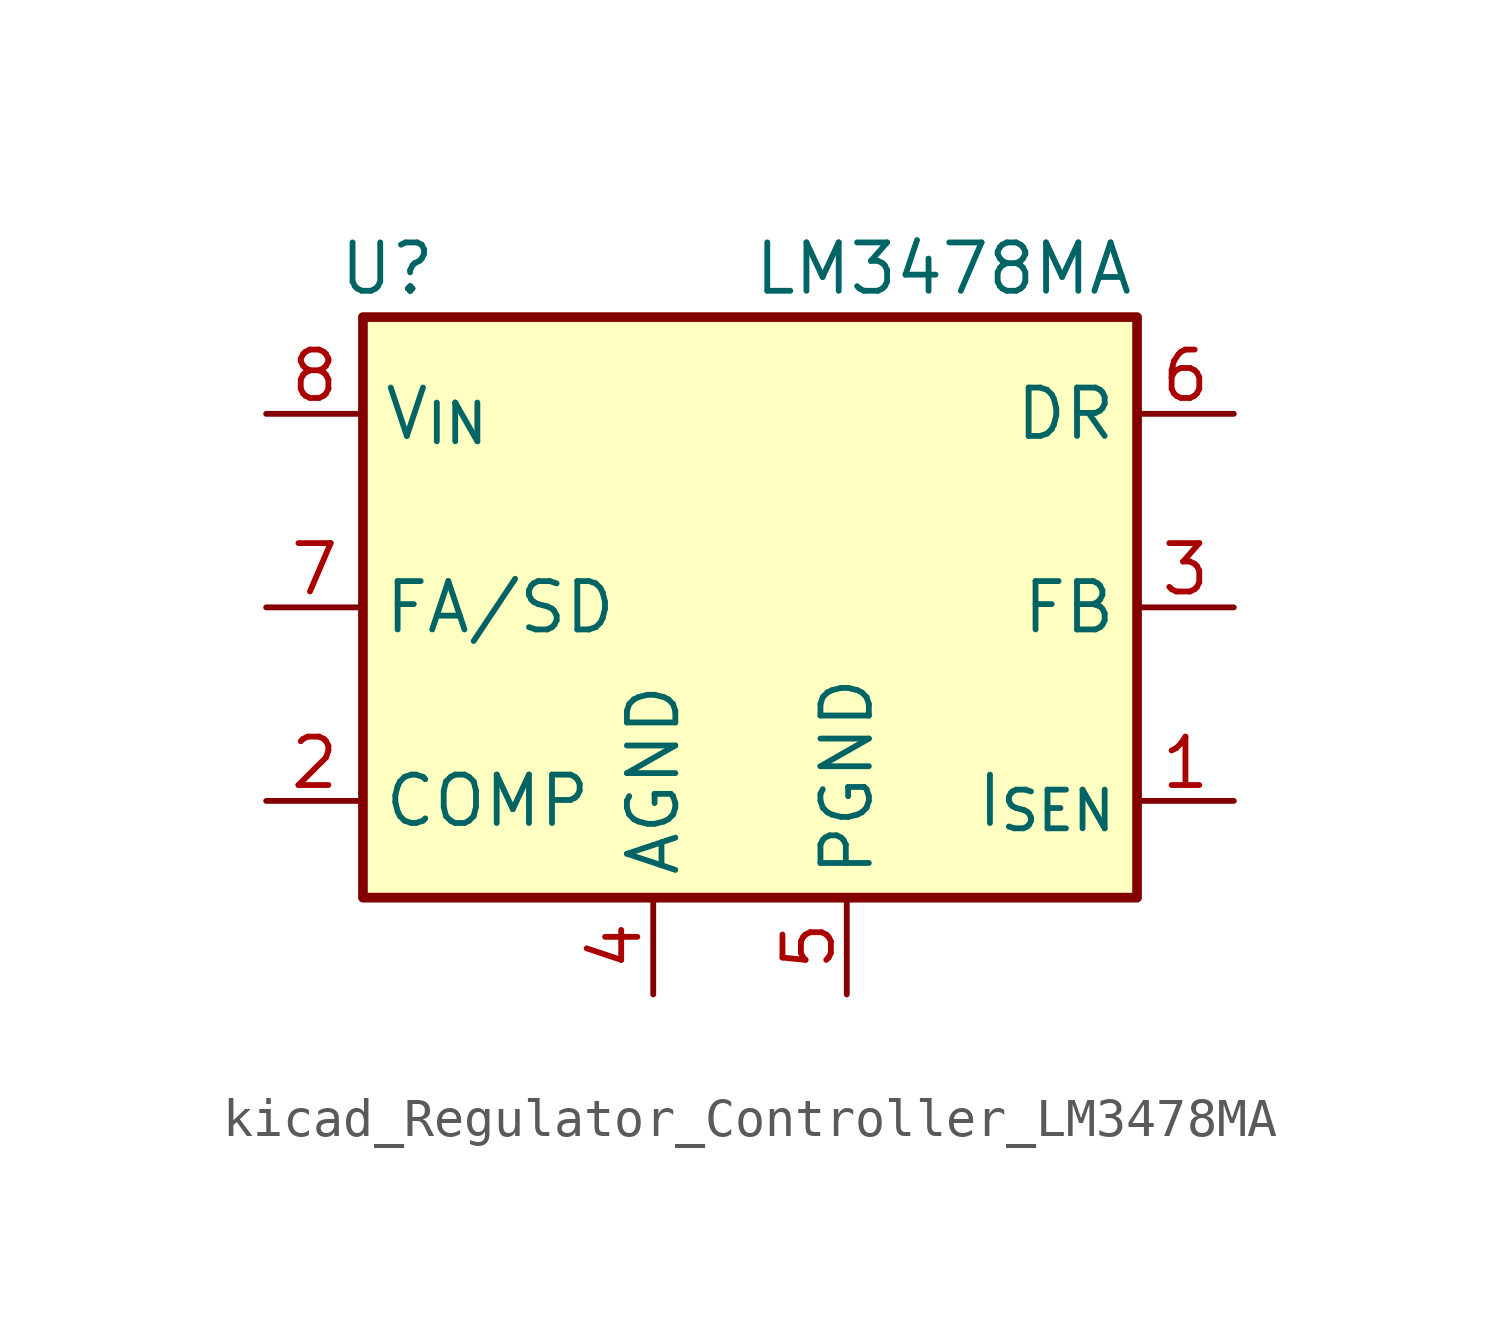
<source format=kicad_sym>
(kicad_symbol_lib
  (version 20220914)
  (generator kicad_symbol_editor)
  (symbol "kicad_Regulator_Controller_LM3478MA"
    (property "Reference" "U"
      (at -9.525 8.89 0)
      (effects (font (size 1.27 1.27))))
    (property "Value" "LM3478MA"
      (at 5.08 8.89 0)
      (effects (font (size 1.27 1.27))))
    (symbol "kicad_Regulator_Controller_LM3478MA_0_1"
      (rectangle (start -10.16 7.62) (end 10.16 -7.62) (stroke (width 0.254) (type default)) (fill (type background))))
    (symbol "kicad_Regulator_Controller_LM3478MA_1_1"
      (pin input line (at 12.7 -5.08 180) (length 2.54) (name "I_{SEN}" (effects (font (size 1.27 1.27)))) (number "1" (effects (font (size 1.27 1.27)))))
      (pin input line (at -12.7 -5.08 0) (length 2.54) (name "COMP" (effects (font (size 1.27 1.27)))) (number "2" (effects (font (size 1.27 1.27)))))
      (pin input line (at 12.7 0 180) (length 2.54) (name "FB" (effects (font (size 1.27 1.27)))) (number "3" (effects (font (size 1.27 1.27)))))
      (pin power_in line (at -2.54 -10.16 90) (length 2.54) (name "AGND" (effects (font (size 1.27 1.27)))) (number "4" (effects (font (size 1.27 1.27)))))
      (pin power_in line (at 2.54 -10.16 90) (length 2.54) (name "PGND" (effects (font (size 1.27 1.27)))) (number "5" (effects (font (size 1.27 1.27)))))
      (pin output line (at 12.7 5.08 180) (length 2.54) (name "DR" (effects (font (size 1.27 1.27)))) (number "6" (effects (font (size 1.27 1.27)))))
      (pin input line (at -12.7 0 0) (length 2.54) (name "FA/SD" (effects (font (size 1.27 1.27)))) (number "7" (effects (font (size 1.27 1.27)))))
      (pin power_in line (at -12.7 5.08 0) (length 2.54) (name "V_{IN}" (effects (font (size 1.27 1.27)))) (number "8" (effects (font (size 1.27 1.27))))))))
</source>
